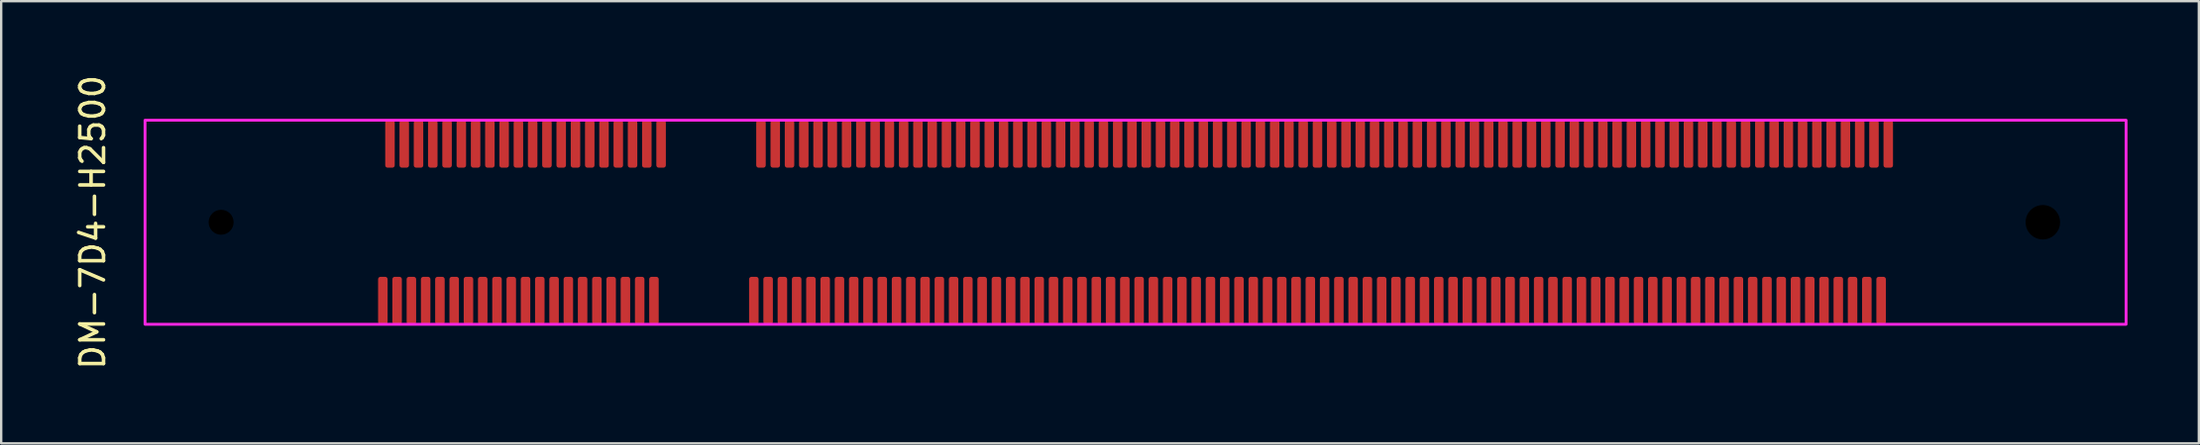
<source format=kicad_pcb>
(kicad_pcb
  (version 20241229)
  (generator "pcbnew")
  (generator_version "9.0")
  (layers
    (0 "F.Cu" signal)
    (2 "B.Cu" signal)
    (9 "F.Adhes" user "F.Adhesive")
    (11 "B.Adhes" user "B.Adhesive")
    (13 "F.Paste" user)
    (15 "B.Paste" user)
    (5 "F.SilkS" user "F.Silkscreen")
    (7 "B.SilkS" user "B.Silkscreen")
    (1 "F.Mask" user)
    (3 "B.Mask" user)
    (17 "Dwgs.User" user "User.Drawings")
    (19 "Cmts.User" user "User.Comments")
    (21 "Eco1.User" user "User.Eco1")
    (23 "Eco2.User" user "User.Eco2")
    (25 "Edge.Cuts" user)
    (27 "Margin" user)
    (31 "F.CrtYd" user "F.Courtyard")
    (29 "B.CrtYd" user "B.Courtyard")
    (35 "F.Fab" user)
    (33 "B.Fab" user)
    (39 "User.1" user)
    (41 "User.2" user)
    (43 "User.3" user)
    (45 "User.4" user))
  (footprint "DM-7D4-H2500"
    (layer "F.Cu")
    (at 13.048 9.615)
    (property "Reference" "DM-7D4-H2500" (at -12.2 -3.3 90) (unlocked yes) (layer "F.SilkS") (effects (font (size 1 1) (thickness 0.15))))
    (attr smd)
    (fp_rect (start -10 -7.6) (end 73.3 1) (stroke (width 0.12) (type solid)) (fill no) (layer "F.CrtYd"))
    (pad "" np_thru_hole circle (at -6.8 -3.3) (size 2 2) (drill 1.05) (layers "*.Mask"))
    (pad "" np_thru_hole circle (at 69.8 -3.3) (size 2 2) (drill 1.45) (layers "*.Mask"))
    (pad "1" smd roundrect (at 0 0) (size 0.4 2) (layers "F.Cu" "F.Mask" "F.Paste") (roundrect_rratio 0.25))
    (pad "2" smd roundrect (at 0.3 -6.6) (size 0.4 2) (layers "F.Cu" "F.Mask" "F.Paste") (roundrect_rratio 0.25))
    (pad "3" smd roundrect (at 0.6 0) (size 0.4 2) (layers "F.Cu" "F.Mask" "F.Paste") (roundrect_rratio 0.25))
    (pad "4" smd roundrect (at 0.9 -6.6) (size 0.4 2) (layers "F.Cu" "F.Mask" "F.Paste") (roundrect_rratio 0.25))
    (pad "5" smd roundrect (at 1.2 0) (size 0.4 2) (layers "F.Cu" "F.Mask" "F.Paste") (roundrect_rratio 0.25))
    (pad "6" smd roundrect (at 1.5 -6.6) (size 0.4 2) (layers "F.Cu" "F.Mask" "F.Paste") (roundrect_rratio 0.25))
    (pad "7" smd roundrect (at 1.8 0) (size 0.4 2) (layers "F.Cu" "F.Mask" "F.Paste") (roundrect_rratio 0.25))
    (pad "8" smd roundrect (at 2.1 -6.6) (size 0.4 2) (layers "F.Cu" "F.Mask" "F.Paste") (roundrect_rratio 0.25))
    (pad "9" smd roundrect (at 2.4 0) (size 0.4 2) (layers "F.Cu" "F.Mask" "F.Paste") (roundrect_rratio 0.25))
    (pad "10" smd roundrect (at 2.7 -6.6) (size 0.4 2) (layers "F.Cu" "F.Mask" "F.Paste") (roundrect_rratio 0.25))
    (pad "11" smd roundrect (at 3 0) (size 0.4 2) (layers "F.Cu" "F.Mask" "F.Paste") (roundrect_rratio 0.25))
    (pad "12" smd roundrect (at 3.3 -6.6) (size 0.4 2) (layers "F.Cu" "F.Mask" "F.Paste") (roundrect_rratio 0.25))
    (pad "13" smd roundrect (at 3.6 0) (size 0.4 2) (layers "F.Cu" "F.Mask" "F.Paste") (roundrect_rratio 0.25))
    (pad "14" smd roundrect (at 3.9 -6.6) (size 0.4 2) (layers "F.Cu" "F.Mask" "F.Paste") (roundrect_rratio 0.25))
    (pad "15" smd roundrect (at 4.2 0) (size 0.4 2) (layers "F.Cu" "F.Mask" "F.Paste") (roundrect_rratio 0.25))
    (pad "16" smd roundrect (at 4.5 -6.6) (size 0.4 2) (layers "F.Cu" "F.Mask" "F.Paste") (roundrect_rratio 0.25))
    (pad "17" smd roundrect (at 4.8 0) (size 0.4 2) (layers "F.Cu" "F.Mask" "F.Paste") (roundrect_rratio 0.25))
    (pad "18" smd roundrect (at 5.1 -6.6) (size 0.4 2) (layers "F.Cu" "F.Mask" "F.Paste") (roundrect_rratio 0.25))
    (pad "19" smd roundrect (at 5.4 0) (size 0.4 2) (layers "F.Cu" "F.Mask" "F.Paste") (roundrect_rratio 0.25))
    (pad "20" smd roundrect (at 5.7 -6.6) (size 0.4 2) (layers "F.Cu" "F.Mask" "F.Paste") (roundrect_rratio 0.25))
    (pad "21" smd roundrect (at 6 0) (size 0.4 2) (layers "F.Cu" "F.Mask" "F.Paste") (roundrect_rratio 0.25))
    (pad "22" smd roundrect (at 6.3 -6.6) (size 0.4 2) (layers "F.Cu" "F.Mask" "F.Paste") (roundrect_rratio 0.25))
    (pad "23" smd roundrect (at 6.6 0) (size 0.4 2) (layers "F.Cu" "F.Mask" "F.Paste") (roundrect_rratio 0.25))
    (pad "24" smd roundrect (at 6.9 -6.6) (size 0.4 2) (layers "F.Cu" "F.Mask" "F.Paste") (roundrect_rratio 0.25))
    (pad "25" smd roundrect (at 7.2 0) (size 0.4 2) (layers "F.Cu" "F.Mask" "F.Paste") (roundrect_rratio 0.25))
    (pad "26" smd roundrect (at 7.5 -6.6) (size 0.4 2) (layers "F.Cu" "F.Mask" "F.Paste") (roundrect_rratio 0.25))
    (pad "27" smd roundrect (at 7.8 0) (size 0.4 2) (layers "F.Cu" "F.Mask" "F.Paste") (roundrect_rratio 0.25))
    (pad "28" smd roundrect (at 8.1 -6.6) (size 0.4 2) (layers "F.Cu" "F.Mask" "F.Paste") (roundrect_rratio 0.25))
    (pad "29" smd roundrect (at 8.4 0) (size 0.4 2) (layers "F.Cu" "F.Mask" "F.Paste") (roundrect_rratio 0.25))
    (pad "30" smd roundrect (at 8.7 -6.6) (size 0.4 2) (layers "F.Cu" "F.Mask" "F.Paste") (roundrect_rratio 0.25))
    (pad "31" smd roundrect (at 9 0) (size 0.4 2) (layers "F.Cu" "F.Mask" "F.Paste") (roundrect_rratio 0.25))
    (pad "32" smd roundrect (at 9.3 -6.6) (size 0.4 2) (layers "F.Cu" "F.Mask" "F.Paste") (roundrect_rratio 0.25))
    (pad "33" smd roundrect (at 9.6 0) (size 0.4 2) (layers "F.Cu" "F.Mask" "F.Paste") (roundrect_rratio 0.25))
    (pad "34" smd roundrect (at 9.9 -6.6) (size 0.4 2) (layers "F.Cu" "F.Mask" "F.Paste") (roundrect_rratio 0.25))
    (pad "35" smd roundrect (at 10.2 0) (size 0.4 2) (layers "F.Cu" "F.Mask" "F.Paste") (roundrect_rratio 0.25))
    (pad "36" smd roundrect (at 10.5 -6.6) (size 0.4 2) (layers "F.Cu" "F.Mask" "F.Paste") (roundrect_rratio 0.25))
    (pad "37" smd roundrect (at 10.8 0) (size 0.4 2) (layers "F.Cu" "F.Mask" "F.Paste") (roundrect_rratio 0.25))
    (pad "38" smd roundrect (at 11.1 -6.6) (size 0.4 2) (layers "F.Cu" "F.Mask" "F.Paste") (roundrect_rratio 0.25))
    (pad "39" smd roundrect (at 11.4 0) (size 0.4 2) (layers "F.Cu" "F.Mask" "F.Paste") (roundrect_rratio 0.25))
    (pad "40" smd roundrect (at 11.7 -6.6) (size 0.4 2) (layers "F.Cu" "F.Mask" "F.Paste") (roundrect_rratio 0.25))
    (pad "41" smd roundrect (at 15.6 0) (size 0.4 2) (layers "F.Cu" "F.Mask" "F.Paste") (roundrect_rratio 0.25))
    (pad "42" smd roundrect (at 15.9 -6.6) (size 0.4 2) (layers "F.Cu" "F.Mask" "F.Paste") (roundrect_rratio 0.25))
    (pad "43" smd roundrect (at 16.2 0) (size 0.4 2) (layers "F.Cu" "F.Mask" "F.Paste") (roundrect_rratio 0.25))
    (pad "44" smd roundrect (at 16.5 -6.6) (size 0.4 2) (layers "F.Cu" "F.Mask" "F.Paste") (roundrect_rratio 0.25))
    (pad "45" smd roundrect (at 16.8 0) (size 0.4 2) (layers "F.Cu" "F.Mask" "F.Paste") (roundrect_rratio 0.25))
    (pad "46" smd roundrect (at 17.1 -6.6) (size 0.4 2) (layers "F.Cu" "F.Mask" "F.Paste") (roundrect_rratio 0.25))
    (pad "47" smd roundrect (at 17.4 0) (size 0.4 2) (layers "F.Cu" "F.Mask" "F.Paste") (roundrect_rratio 0.25))
    (pad "48" smd roundrect (at 17.7 -6.6) (size 0.4 2) (layers "F.Cu" "F.Mask" "F.Paste") (roundrect_rratio 0.25))
    (pad "49" smd roundrect (at 18 0) (size 0.4 2) (layers "F.Cu" "F.Mask" "F.Paste") (roundrect_rratio 0.25))
    (pad "50" smd roundrect (at 18.3 -6.6) (size 0.4 2) (layers "F.Cu" "F.Mask" "F.Paste") (roundrect_rratio 0.25))
    (pad "51" smd roundrect (at 18.6 0) (size 0.4 2) (layers "F.Cu" "F.Mask" "F.Paste") (roundrect_rratio 0.25))
    (pad "52" smd roundrect (at 18.9 -6.6) (size 0.4 2) (layers "F.Cu" "F.Mask" "F.Paste") (roundrect_rratio 0.25))
    (pad "53" smd roundrect (at 19.2 0) (size 0.4 2) (layers "F.Cu" "F.Mask" "F.Paste") (roundrect_rratio 0.25))
    (pad "54" smd roundrect (at 19.5 -6.6) (size 0.4 2) (layers "F.Cu" "F.Mask" "F.Paste") (roundrect_rratio 0.25))
    (pad "55" smd roundrect (at 19.8 0) (size 0.4 2) (layers "F.Cu" "F.Mask" "F.Paste") (roundrect_rratio 0.25))
    (pad "56" smd roundrect (at 20.1 -6.6) (size 0.4 2) (layers "F.Cu" "F.Mask" "F.Paste") (roundrect_rratio 0.25))
    (pad "57" smd roundrect (at 20.4 0) (size 0.4 2) (layers "F.Cu" "F.Mask" "F.Paste") (roundrect_rratio 0.25))
    (pad "58" smd roundrect (at 20.7 -6.6) (size 0.4 2) (layers "F.Cu" "F.Mask" "F.Paste") (roundrect_rratio 0.25))
    (pad "59" smd roundrect (at 21 0) (size 0.4 2) (layers "F.Cu" "F.Mask" "F.Paste") (roundrect_rratio 0.25))
    (pad "60" smd roundrect (at 21.3 -6.6) (size 0.4 2) (layers "F.Cu" "F.Mask" "F.Paste") (roundrect_rratio 0.25))
    (pad "61" smd roundrect (at 21.6 0) (size 0.4 2) (layers "F.Cu" "F.Mask" "F.Paste") (roundrect_rratio 0.25))
    (pad "62" smd roundrect (at 21.9 -6.6) (size 0.4 2) (layers "F.Cu" "F.Mask" "F.Paste") (roundrect_rratio 0.25))
    (pad "63" smd roundrect (at 22.2 0) (size 0.4 2) (layers "F.Cu" "F.Mask" "F.Paste") (roundrect_rratio 0.25))
    (pad "64" smd roundrect (at 22.5 -6.6) (size 0.4 2) (layers "F.Cu" "F.Mask" "F.Paste") (roundrect_rratio 0.25))
    (pad "65" smd roundrect (at 22.8 0) (size 0.4 2) (layers "F.Cu" "F.Mask" "F.Paste") (roundrect_rratio 0.25))
    (pad "66" smd roundrect (at 23.1 -6.6) (size 0.4 2) (layers "F.Cu" "F.Mask" "F.Paste") (roundrect_rratio 0.25))
    (pad "67" smd roundrect (at 23.4 0) (size 0.4 2) (layers "F.Cu" "F.Mask" "F.Paste") (roundrect_rratio 0.25))
    (pad "68" smd roundrect (at 23.7 -6.6) (size 0.4 2) (layers "F.Cu" "F.Mask" "F.Paste") (roundrect_rratio 0.25))
    (pad "69" smd roundrect (at 24 0) (size 0.4 2) (layers "F.Cu" "F.Mask" "F.Paste") (roundrect_rratio 0.25))
    (pad "70" smd roundrect (at 24.3 -6.6) (size 0.4 2) (layers "F.Cu" "F.Mask" "F.Paste") (roundrect_rratio 0.25))
    (pad "71" smd roundrect (at 24.6 0) (size 0.4 2) (layers "F.Cu" "F.Mask" "F.Paste") (roundrect_rratio 0.25))
    (pad "72" smd roundrect (at 24.9 -6.6) (size 0.4 2) (layers "F.Cu" "F.Mask" "F.Paste") (roundrect_rratio 0.25))
    (pad "73" smd roundrect (at 25.2 0) (size 0.4 2) (layers "F.Cu" "F.Mask" "F.Paste") (roundrect_rratio 0.25))
    (pad "74" smd roundrect (at 25.5 -6.6) (size 0.4 2) (layers "F.Cu" "F.Mask" "F.Paste") (roundrect_rratio 0.25))
    (pad "75" smd roundrect (at 25.8 0) (size 0.4 2) (layers "F.Cu" "F.Mask" "F.Paste") (roundrect_rratio 0.25))
    (pad "76" smd roundrect (at 26.1 -6.6) (size 0.4 2) (layers "F.Cu" "F.Mask" "F.Paste") (roundrect_rratio 0.25))
    (pad "77" smd roundrect (at 26.4 0) (size 0.4 2) (layers "F.Cu" "F.Mask" "F.Paste") (roundrect_rratio 0.25))
    (pad "78" smd roundrect (at 26.7 -6.6) (size 0.4 2) (layers "F.Cu" "F.Mask" "F.Paste") (roundrect_rratio 0.25))
    (pad "79" smd roundrect (at 27 0) (size 0.4 2) (layers "F.Cu" "F.Mask" "F.Paste") (roundrect_rratio 0.25))
    (pad "80" smd roundrect (at 27.3 -6.6) (size 0.4 2) (layers "F.Cu" "F.Mask" "F.Paste") (roundrect_rratio 0.25))
    (pad "81" smd roundrect (at 27.6 0) (size 0.4 2) (layers "F.Cu" "F.Mask" "F.Paste") (roundrect_rratio 0.25))
    (pad "82" smd roundrect (at 27.9 -6.6) (size 0.4 2) (layers "F.Cu" "F.Mask" "F.Paste") (roundrect_rratio 0.25))
    (pad "83" smd roundrect (at 28.2 0) (size 0.4 2) (layers "F.Cu" "F.Mask" "F.Paste") (roundrect_rratio 0.25))
    (pad "84" smd roundrect (at 28.5 -6.6) (size 0.4 2) (layers "F.Cu" "F.Mask" "F.Paste") (roundrect_rratio 0.25))
    (pad "85" smd roundrect (at 28.8 0) (size 0.4 2) (layers "F.Cu" "F.Mask" "F.Paste") (roundrect_rratio 0.25))
    (pad "86" smd roundrect (at 29.1 -6.6) (size 0.4 2) (layers "F.Cu" "F.Mask" "F.Paste") (roundrect_rratio 0.25))
    (pad "87" smd roundrect (at 29.4 0) (size 0.4 2) (layers "F.Cu" "F.Mask" "F.Paste") (roundrect_rratio 0.25))
    (pad "88" smd roundrect (at 29.7 -6.6) (size 0.4 2) (layers "F.Cu" "F.Mask" "F.Paste") (roundrect_rratio 0.25))
    (pad "89" smd roundrect (at 30 0) (size 0.4 2) (layers "F.Cu" "F.Mask" "F.Paste") (roundrect_rratio 0.25))
    (pad "90" smd roundrect (at 30.3 -6.6) (size 0.4 2) (layers "F.Cu" "F.Mask" "F.Paste") (roundrect_rratio 0.25))
    (pad "91" smd roundrect (at 30.6 0) (size 0.4 2) (layers "F.Cu" "F.Mask" "F.Paste") (roundrect_rratio 0.25))
    (pad "92" smd roundrect (at 30.9 -6.6) (size 0.4 2) (layers "F.Cu" "F.Mask" "F.Paste") (roundrect_rratio 0.25))
    (pad "93" smd roundrect (at 31.2 0) (size 0.4 2) (layers "F.Cu" "F.Mask" "F.Paste") (roundrect_rratio 0.25))
    (pad "94" smd roundrect (at 31.5 -6.6) (size 0.4 2) (layers "F.Cu" "F.Mask" "F.Paste") (roundrect_rratio 0.25))
    (pad "95" smd roundrect (at 31.8 0) (size 0.4 2) (layers "F.Cu" "F.Mask" "F.Paste") (roundrect_rratio 0.25))
    (pad "96" smd roundrect (at 32.1 -6.6) (size 0.4 2) (layers "F.Cu" "F.Mask" "F.Paste") (roundrect_rratio 0.25))
    (pad "97" smd roundrect (at 32.4 0) (size 0.4 2) (layers "F.Cu" "F.Mask" "F.Paste") (roundrect_rratio 0.25))
    (pad "98" smd roundrect (at 32.7 -6.6) (size 0.4 2) (layers "F.Cu" "F.Mask" "F.Paste") (roundrect_rratio 0.25))
    (pad "99" smd roundrect (at 33 0) (size 0.4 2) (layers "F.Cu" "F.Mask" "F.Paste") (roundrect_rratio 0.25))
    (pad "100" smd roundrect (at 33.3 -6.6) (size 0.4 2) (layers "F.Cu" "F.Mask" "F.Paste") (roundrect_rratio 0.25))
    (pad "101" smd roundrect (at 33.6 0) (size 0.4 2) (layers "F.Cu" "F.Mask" "F.Paste") (roundrect_rratio 0.25))
    (pad "102" smd roundrect (at 33.9 -6.6) (size 0.4 2) (layers "F.Cu" "F.Mask" "F.Paste") (roundrect_rratio 0.25))
    (pad "103" smd roundrect (at 34.2 0) (size 0.4 2) (layers "F.Cu" "F.Mask" "F.Paste") (roundrect_rratio 0.25))
    (pad "104" smd roundrect (at 34.5 -6.6) (size 0.4 2) (layers "F.Cu" "F.Mask" "F.Paste") (roundrect_rratio 0.25))
    (pad "105" smd roundrect (at 34.8 0) (size 0.4 2) (layers "F.Cu" "F.Mask" "F.Paste") (roundrect_rratio 0.25))
    (pad "106" smd roundrect (at 35.1 -6.6) (size 0.4 2) (layers "F.Cu" "F.Mask" "F.Paste") (roundrect_rratio 0.25))
    (pad "107" smd roundrect (at 35.4 0) (size 0.4 2) (layers "F.Cu" "F.Mask" "F.Paste") (roundrect_rratio 0.25))
    (pad "108" smd roundrect (at 35.7 -6.6) (size 0.4 2) (layers "F.Cu" "F.Mask" "F.Paste") (roundrect_rratio 0.25))
    (pad "109" smd roundrect (at 36 0) (size 0.4 2) (layers "F.Cu" "F.Mask" "F.Paste") (roundrect_rratio 0.25))
    (pad "110" smd roundrect (at 36.3 -6.6) (size 0.4 2) (layers "F.Cu" "F.Mask" "F.Paste") (roundrect_rratio 0.25))
    (pad "111" smd roundrect (at 36.6 0) (size 0.4 2) (layers "F.Cu" "F.Mask" "F.Paste") (roundrect_rratio 0.25))
    (pad "112" smd roundrect (at 36.9 -6.6) (size 0.4 2) (layers "F.Cu" "F.Mask" "F.Paste") (roundrect_rratio 0.25))
    (pad "113" smd roundrect (at 37.2 0) (size 0.4 2) (layers "F.Cu" "F.Mask" "F.Paste") (roundrect_rratio 0.25))
    (pad "114" smd roundrect (at 37.5 -6.6) (size 0.4 2) (layers "F.Cu" "F.Mask" "F.Paste") (roundrect_rratio 0.25))
    (pad "115" smd roundrect (at 37.8 0) (size 0.4 2) (layers "F.Cu" "F.Mask" "F.Paste") (roundrect_rratio 0.25))
    (pad "116" smd roundrect (at 38.1 -6.6) (size 0.4 2) (layers "F.Cu" "F.Mask" "F.Paste") (roundrect_rratio 0.25))
    (pad "117" smd roundrect (at 38.4 0) (size 0.4 2) (layers "F.Cu" "F.Mask" "F.Paste") (roundrect_rratio 0.25))
    (pad "118" smd roundrect (at 38.7 -6.6) (size 0.4 2) (layers "F.Cu" "F.Mask" "F.Paste") (roundrect_rratio 0.25))
    (pad "119" smd roundrect (at 39 0) (size 0.4 2) (layers "F.Cu" "F.Mask" "F.Paste") (roundrect_rratio 0.25))
    (pad "120" smd roundrect (at 39.3 -6.6) (size 0.4 2) (layers "F.Cu" "F.Mask" "F.Paste") (roundrect_rratio 0.25))
    (pad "121" smd roundrect (at 39.6 0) (size 0.4 2) (layers "F.Cu" "F.Mask" "F.Paste") (roundrect_rratio 0.25))
    (pad "122" smd roundrect (at 39.9 -6.6) (size 0.4 2) (layers "F.Cu" "F.Mask" "F.Paste") (roundrect_rratio 0.25))
    (pad "123" smd roundrect (at 40.2 0) (size 0.4 2) (layers "F.Cu" "F.Mask" "F.Paste") (roundrect_rratio 0.25))
    (pad "124" smd roundrect (at 40.5 -6.6) (size 0.4 2) (layers "F.Cu" "F.Mask" "F.Paste") (roundrect_rratio 0.25))
    (pad "125" smd roundrect (at 40.8 0) (size 0.4 2) (layers "F.Cu" "F.Mask" "F.Paste") (roundrect_rratio 0.25))
    (pad "126" smd roundrect (at 41.1 -6.6) (size 0.4 2) (layers "F.Cu" "F.Mask" "F.Paste") (roundrect_rratio 0.25))
    (pad "127" smd roundrect (at 41.4 0) (size 0.4 2) (layers "F.Cu" "F.Mask" "F.Paste") (roundrect_rratio 0.25))
    (pad "128" smd roundrect (at 41.7 -6.6) (size 0.4 2) (layers "F.Cu" "F.Mask" "F.Paste") (roundrect_rratio 0.25))
    (pad "129" smd roundrect (at 42 0) (size 0.4 2) (layers "F.Cu" "F.Mask" "F.Paste") (roundrect_rratio 0.25))
    (pad "130" smd roundrect (at 42.3 -6.6) (size 0.4 2) (layers "F.Cu" "F.Mask" "F.Paste") (roundrect_rratio 0.25))
    (pad "131" smd roundrect (at 42.6 0) (size 0.4 2) (layers "F.Cu" "F.Mask" "F.Paste") (roundrect_rratio 0.25))
    (pad "132" smd roundrect (at 42.9 -6.6) (size 0.4 2) (layers "F.Cu" "F.Mask" "F.Paste") (roundrect_rratio 0.25))
    (pad "133" smd roundrect (at 43.2 0) (size 0.4 2) (layers "F.Cu" "F.Mask" "F.Paste") (roundrect_rratio 0.25))
    (pad "134" smd roundrect (at 43.5 -6.6) (size 0.4 2) (layers "F.Cu" "F.Mask" "F.Paste") (roundrect_rratio 0.25))
    (pad "135" smd roundrect (at 43.8 0) (size 0.4 2) (layers "F.Cu" "F.Mask" "F.Paste") (roundrect_rratio 0.25))
    (pad "136" smd roundrect (at 44.1 -6.6) (size 0.4 2) (layers "F.Cu" "F.Mask" "F.Paste") (roundrect_rratio 0.25))
    (pad "137" smd roundrect (at 44.4 0) (size 0.4 2) (layers "F.Cu" "F.Mask" "F.Paste") (roundrect_rratio 0.25))
    (pad "138" smd roundrect (at 44.7 -6.6) (size 0.4 2) (layers "F.Cu" "F.Mask" "F.Paste") (roundrect_rratio 0.25))
    (pad "139" smd roundrect (at 45 0) (size 0.4 2) (layers "F.Cu" "F.Mask" "F.Paste") (roundrect_rratio 0.25))
    (pad "140" smd roundrect (at 45.3 -6.6) (size 0.4 2) (layers "F.Cu" "F.Mask" "F.Paste") (roundrect_rratio 0.25))
    (pad "141" smd roundrect (at 45.6 0) (size 0.4 2) (layers "F.Cu" "F.Mask" "F.Paste") (roundrect_rratio 0.25))
    (pad "142" smd roundrect (at 45.9 -6.6) (size 0.4 2) (layers "F.Cu" "F.Mask" "F.Paste") (roundrect_rratio 0.25))
    (pad "143" smd roundrect (at 46.2 0) (size 0.4 2) (layers "F.Cu" "F.Mask" "F.Paste") (roundrect_rratio 0.25))
    (pad "144" smd roundrect (at 46.5 -6.6) (size 0.4 2) (layers "F.Cu" "F.Mask" "F.Paste") (roundrect_rratio 0.25))
    (pad "145" smd roundrect (at 46.8 0) (size 0.4 2) (layers "F.Cu" "F.Mask" "F.Paste") (roundrect_rratio 0.25))
    (pad "146" smd roundrect (at 47.1 -6.6) (size 0.4 2) (layers "F.Cu" "F.Mask" "F.Paste") (roundrect_rratio 0.25))
    (pad "147" smd roundrect (at 47.4 0) (size 0.4 2) (layers "F.Cu" "F.Mask" "F.Paste") (roundrect_rratio 0.25))
    (pad "148" smd roundrect (at 47.7 -6.6) (size 0.4 2) (layers "F.Cu" "F.Mask" "F.Paste") (roundrect_rratio 0.25))
    (pad "149" smd roundrect (at 48 0) (size 0.4 2) (layers "F.Cu" "F.Mask" "F.Paste") (roundrect_rratio 0.25))
    (pad "150" smd roundrect (at 48.3 -6.6) (size 0.4 2) (layers "F.Cu" "F.Mask" "F.Paste") (roundrect_rratio 0.25))
    (pad "151" smd roundrect (at 48.6 0) (size 0.4 2) (layers "F.Cu" "F.Mask" "F.Paste") (roundrect_rratio 0.25))
    (pad "152" smd roundrect (at 48.9 -6.6) (size 0.4 2) (layers "F.Cu" "F.Mask" "F.Paste") (roundrect_rratio 0.25))
    (pad "153" smd roundrect (at 49.2 0) (size 0.4 2) (layers "F.Cu" "F.Mask" "F.Paste") (roundrect_rratio 0.25))
    (pad "154" smd roundrect (at 49.5 -6.6) (size 0.4 2) (layers "F.Cu" "F.Mask" "F.Paste") (roundrect_rratio 0.25))
    (pad "155" smd roundrect (at 49.8 0) (size 0.4 2) (layers "F.Cu" "F.Mask" "F.Paste") (roundrect_rratio 0.25))
    (pad "156" smd roundrect (at 50.1 -6.6) (size 0.4 2) (layers "F.Cu" "F.Mask" "F.Paste") (roundrect_rratio 0.25))
    (pad "157" smd roundrect (at 50.4 0) (size 0.4 2) (layers "F.Cu" "F.Mask" "F.Paste") (roundrect_rratio 0.25))
    (pad "158" smd roundrect (at 50.7 -6.6) (size 0.4 2) (layers "F.Cu" "F.Mask" "F.Paste") (roundrect_rratio 0.25))
    (pad "159" smd roundrect (at 51 0) (size 0.4 2) (layers "F.Cu" "F.Mask" "F.Paste") (roundrect_rratio 0.25))
    (pad "160" smd roundrect (at 51.3 -6.6) (size 0.4 2) (layers "F.Cu" "F.Mask" "F.Paste") (roundrect_rratio 0.25))
    (pad "161" smd roundrect (at 51.6 0) (size 0.4 2) (layers "F.Cu" "F.Mask" "F.Paste") (roundrect_rratio 0.25))
    (pad "162" smd roundrect (at 51.9 -6.6) (size 0.4 2) (layers "F.Cu" "F.Mask" "F.Paste") (roundrect_rratio 0.25))
    (pad "163" smd roundrect (at 52.2 0) (size 0.4 2) (layers "F.Cu" "F.Mask" "F.Paste") (roundrect_rratio 0.25))
    (pad "164" smd roundrect (at 52.5 -6.6) (size 0.4 2) (layers "F.Cu" "F.Mask" "F.Paste") (roundrect_rratio 0.25))
    (pad "165" smd roundrect (at 52.8 0) (size 0.4 2) (layers "F.Cu" "F.Mask" "F.Paste") (roundrect_rratio 0.25))
    (pad "166" smd roundrect (at 53.1 -6.6) (size 0.4 2) (layers "F.Cu" "F.Mask" "F.Paste") (roundrect_rratio 0.25))
    (pad "167" smd roundrect (at 53.4 0) (size 0.4 2) (layers "F.Cu" "F.Mask" "F.Paste") (roundrect_rratio 0.25))
    (pad "168" smd roundrect (at 53.7 -6.6) (size 0.4 2) (layers "F.Cu" "F.Mask" "F.Paste") (roundrect_rratio 0.25))
    (pad "169" smd roundrect (at 54 0) (size 0.4 2) (layers "F.Cu" "F.Mask" "F.Paste") (roundrect_rratio 0.25))
    (pad "170" smd roundrect (at 54.3 -6.6) (size 0.4 2) (layers "F.Cu" "F.Mask" "F.Paste") (roundrect_rratio 0.25))
    (pad "171" smd roundrect (at 54.6 0) (size 0.4 2) (layers "F.Cu" "F.Mask" "F.Paste") (roundrect_rratio 0.25))
    (pad "172" smd roundrect (at 54.9 -6.6) (size 0.4 2) (layers "F.Cu" "F.Mask" "F.Paste") (roundrect_rratio 0.25))
    (pad "173" smd roundrect (at 55.2 0) (size 0.4 2) (layers "F.Cu" "F.Mask" "F.Paste") (roundrect_rratio 0.25))
    (pad "174" smd roundrect (at 55.5 -6.6) (size 0.4 2) (layers "F.Cu" "F.Mask" "F.Paste") (roundrect_rratio 0.25))
    (pad "175" smd roundrect (at 55.8 0) (size 0.4 2) (layers "F.Cu" "F.Mask" "F.Paste") (roundrect_rratio 0.25))
    (pad "176" smd roundrect (at 56.1 -6.6) (size 0.4 2) (layers "F.Cu" "F.Mask" "F.Paste") (roundrect_rratio 0.25))
    (pad "177" smd roundrect (at 56.4 0) (size 0.4 2) (layers "F.Cu" "F.Mask" "F.Paste") (roundrect_rratio 0.25))
    (pad "178" smd roundrect (at 56.7 -6.6) (size 0.4 2) (layers "F.Cu" "F.Mask" "F.Paste") (roundrect_rratio 0.25))
    (pad "179" smd roundrect (at 57 0) (size 0.4 2) (layers "F.Cu" "F.Mask" "F.Paste") (roundrect_rratio 0.25))
    (pad "180" smd roundrect (at 57.3 -6.6) (size 0.4 2) (layers "F.Cu" "F.Mask" "F.Paste") (roundrect_rratio 0.25))
    (pad "181" smd roundrect (at 57.6 0) (size 0.4 2) (layers "F.Cu" "F.Mask" "F.Paste") (roundrect_rratio 0.25))
    (pad "182" smd roundrect (at 57.9 -6.6) (size 0.4 2) (layers "F.Cu" "F.Mask" "F.Paste") (roundrect_rratio 0.25))
    (pad "183" smd roundrect (at 58.2 0) (size 0.4 2) (layers "F.Cu" "F.Mask" "F.Paste") (roundrect_rratio 0.25))
    (pad "184" smd roundrect (at 58.5 -6.6) (size 0.4 2) (layers "F.Cu" "F.Mask" "F.Paste") (roundrect_rratio 0.25))
    (pad "185" smd roundrect (at 58.8 0) (size 0.4 2) (layers "F.Cu" "F.Mask" "F.Paste") (roundrect_rratio 0.25))
    (pad "186" smd roundrect (at 59.1 -6.6) (size 0.4 2) (layers "F.Cu" "F.Mask" "F.Paste") (roundrect_rratio 0.25))
    (pad "187" smd roundrect (at 59.4 0) (size 0.4 2) (layers "F.Cu" "F.Mask" "F.Paste") (roundrect_rratio 0.25))
    (pad "188" smd roundrect (at 59.7 -6.6) (size 0.4 2) (layers "F.Cu" "F.Mask" "F.Paste") (roundrect_rratio 0.25))
    (pad "189" smd roundrect (at 60 0) (size 0.4 2) (layers "F.Cu" "F.Mask" "F.Paste") (roundrect_rratio 0.25))
    (pad "190" smd roundrect (at 60.3 -6.6) (size 0.4 2) (layers "F.Cu" "F.Mask" "F.Paste") (roundrect_rratio 0.25))
    (pad "191" smd roundrect (at 60.6 0) (size 0.4 2) (layers "F.Cu" "F.Mask" "F.Paste") (roundrect_rratio 0.25))
    (pad "192" smd roundrect (at 60.9 -6.6) (size 0.4 2) (layers "F.Cu" "F.Mask" "F.Paste") (roundrect_rratio 0.25))
    (pad "193" smd roundrect (at 61.2 0) (size 0.4 2) (layers "F.Cu" "F.Mask" "F.Paste") (roundrect_rratio 0.25))
    (pad "194" smd roundrect (at 61.5 -6.6) (size 0.4 2) (layers "F.Cu" "F.Mask" "F.Paste") (roundrect_rratio 0.25))
    (pad "195" smd roundrect (at 61.8 0) (size 0.4 2) (layers "F.Cu" "F.Mask" "F.Paste") (roundrect_rratio 0.25))
    (pad "196" smd roundrect (at 62.1 -6.6) (size 0.4 2) (layers "F.Cu" "F.Mask" "F.Paste") (roundrect_rratio 0.25))
    (pad "197" smd roundrect (at 62.4 0) (size 0.4 2) (layers "F.Cu" "F.Mask" "F.Paste") (roundrect_rratio 0.25))
    (pad "198" smd roundrect (at 62.7 -6.6) (size 0.4 2) (layers "F.Cu" "F.Mask" "F.Paste") (roundrect_rratio 0.25))
    (pad "199" smd roundrect (at 63 0) (size 0.4 2) (layers "F.Cu" "F.Mask" "F.Paste") (roundrect_rratio 0.25))
    (pad "200" smd roundrect (at 63.3 -6.6) (size 0.4 2) (layers "F.Cu" "F.Mask" "F.Paste") (roundrect_rratio 0.25)))
  (gr_rect
    (start -3 -3)
    (end 89.408 15.631)
    (stroke (width 0.1) (type default))
    (fill no)
    (layer "Edge.Cuts")))
</source>
